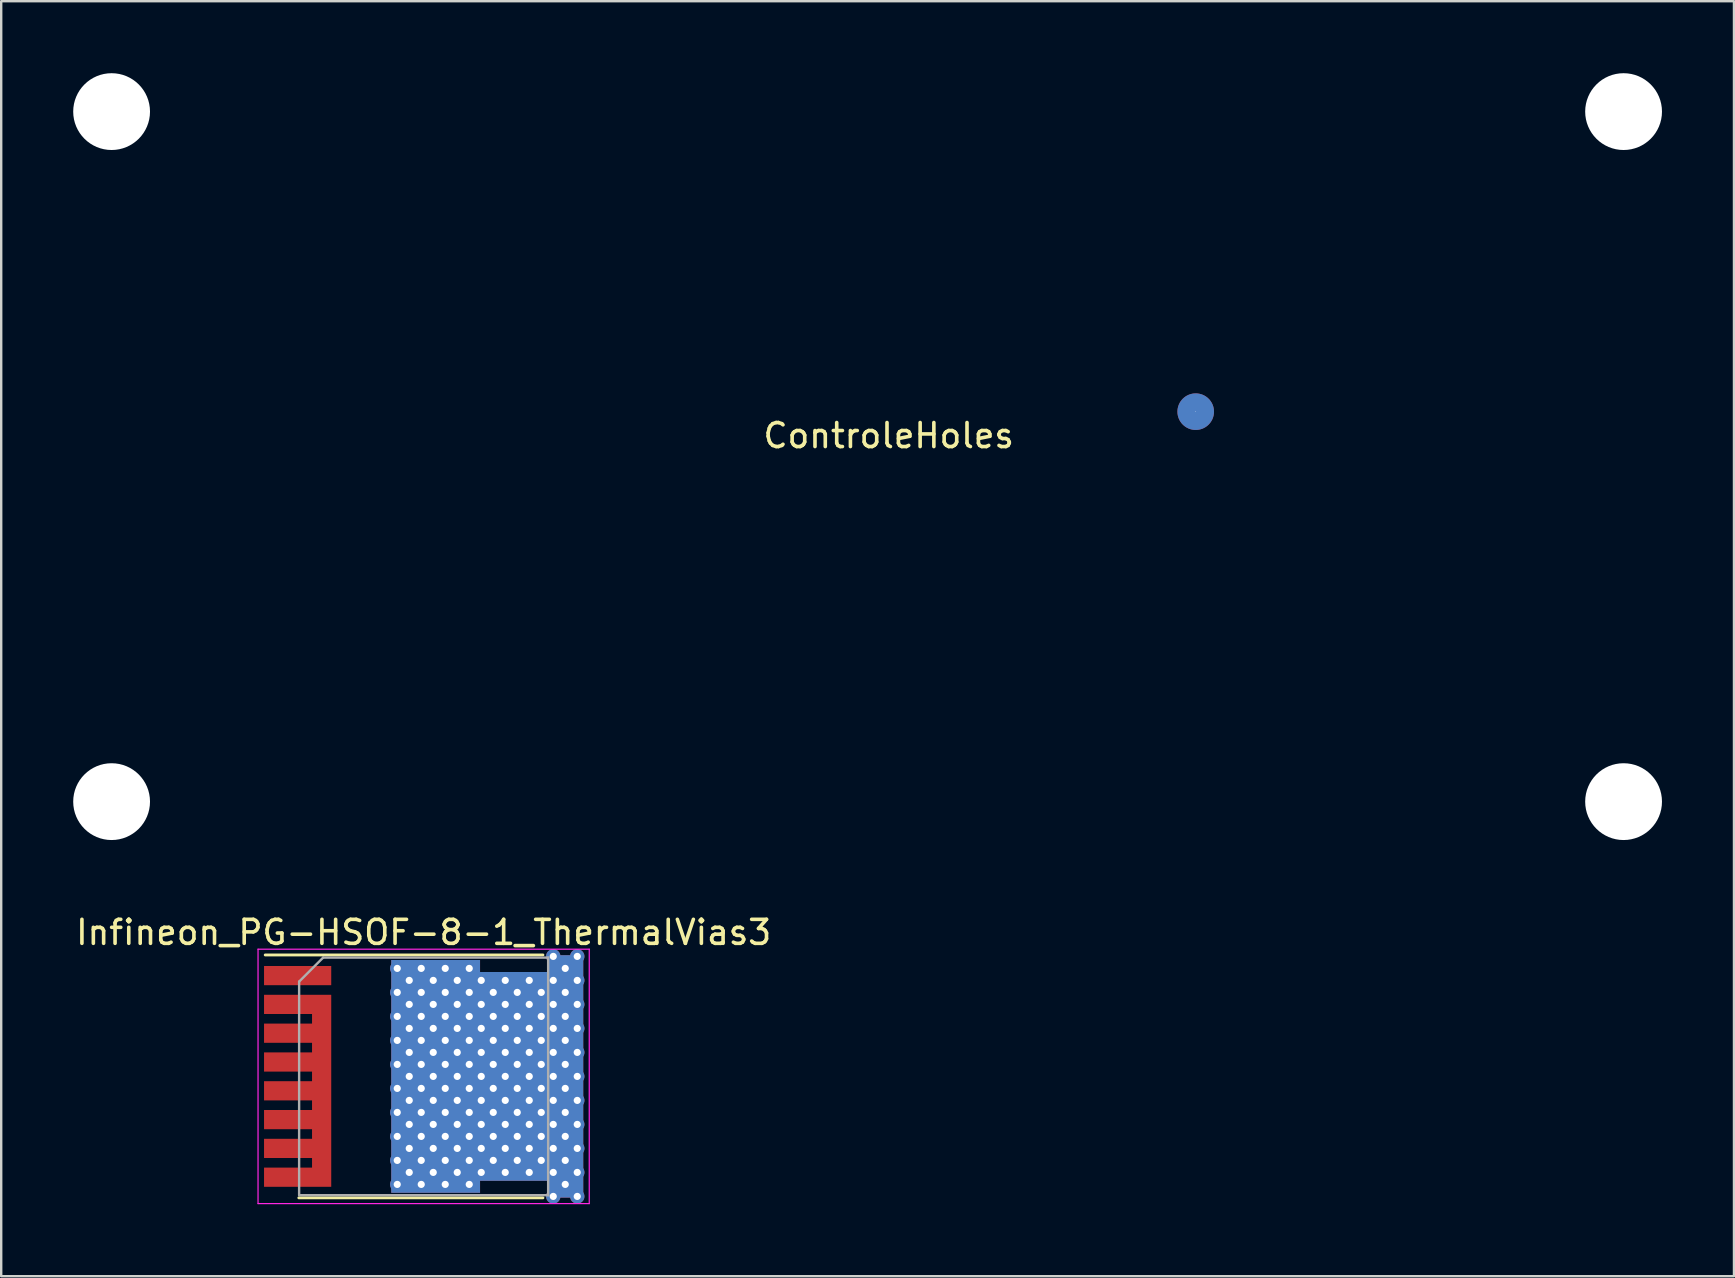
<source format=kicad_pcb>
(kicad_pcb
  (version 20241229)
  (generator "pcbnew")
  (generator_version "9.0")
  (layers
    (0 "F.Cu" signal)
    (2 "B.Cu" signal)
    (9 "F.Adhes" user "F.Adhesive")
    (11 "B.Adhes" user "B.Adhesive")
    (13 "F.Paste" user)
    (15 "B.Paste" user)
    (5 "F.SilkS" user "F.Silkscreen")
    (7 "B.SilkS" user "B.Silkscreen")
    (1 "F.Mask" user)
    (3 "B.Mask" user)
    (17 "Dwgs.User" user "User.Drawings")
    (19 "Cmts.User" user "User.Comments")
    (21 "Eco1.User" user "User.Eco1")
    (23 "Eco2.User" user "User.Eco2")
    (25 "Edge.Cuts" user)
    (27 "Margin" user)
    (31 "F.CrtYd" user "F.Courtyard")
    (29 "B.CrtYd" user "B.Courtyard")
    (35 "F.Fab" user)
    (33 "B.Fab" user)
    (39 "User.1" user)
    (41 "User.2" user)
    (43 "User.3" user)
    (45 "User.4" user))
  (footprint "ControleHoles"
    (layer "F.Cu")
    (at 33.978 14.6)
    (property "Reference" "ControleHoles" (at 0 0.5 0) (layer "F.SilkS") (effects (font (size 1 1) (thickness 0.15))))
    (attr through_hole)
    (pad "" np_thru_hole circle (at -32.378 -13) (size 3.2 3.2) (drill 3.2) (layers "*.Cu" "*.Mask"))
    (pad "" np_thru_hole circle (at -32.378 15.75) (size 3.2 3.2) (drill 3.2) (layers "*.Cu" "*.Mask"))
    (pad "" thru_hole circle (at 12.791 -0.498) (size 1.524 1.524) (drill 0.025) (layers "*.Cu" "*.Mask"))
    (pad "" np_thru_hole circle (at 30.618 -13) (size 3.2 3.2) (drill 3.2) (layers "*.Cu" "*.Mask"))
    (pad "" np_thru_hole circle (at 30.618 15.75) (size 3.2 3.2) (drill 3.2) (layers "*.Cu" "*.Mask")))
  (footprint "Infineon_PG-HSOF-8-1_ThermalVias3"
    (layer "F.Cu")
    (at 14.601 41.798)
    (property "Reference" "Infineon_PG-HSOF-8-1_ThermalVias3" (at 0 -6 0) (layer "F.SilkS") (effects (font (size 1 1) (thickness 0.15))))
    (attr smd)
    (fp_line (start -5.2 5.06) (end 4.97 5.06) (stroke (width 0.12) (type solid)) (layer "F.SilkS"))
    (fp_line (start 4.97 -5.06) (end -6.6 -5.06) (stroke (width 0.12) (type solid)) (layer "F.SilkS"))
    (fp_line (start -6.9 5.3) (end -6.9 -5.3) (stroke (width 0.05) (type solid)) (layer "F.CrtYd"))
    (fp_line (start -6.9 5.3) (end 6.9 5.3) (stroke (width 0.05) (type solid)) (layer "F.CrtYd"))
    (fp_line (start 6.9 -5.3) (end -6.9 -5.3) (stroke (width 0.05) (type solid)) (layer "F.CrtYd"))
    (fp_line (start 6.9 -5.3) (end 6.9 5.3) (stroke (width 0.05) (type solid)) (layer "F.CrtYd"))
    (fp_line (start -5.188 4.95) (end -5.188 -3.95) (stroke (width 0.1) (type solid)) (layer "F.Fab"))
    (fp_line (start -4.188 -4.95) (end -5.188 -3.95) (stroke (width 0.1) (type solid)) (layer "F.Fab"))
    (fp_line (start -4.188 -4.95) (end 5.188 -4.95) (stroke (width 0.1) (type solid)) (layer "F.Fab"))
    (fp_line (start 5.188 -4.95) (end 5.188 4.95) (stroke (width 0.1) (type solid)) (layer "F.Fab"))
    (fp_line (start 5.188 4.95) (end -5.188 4.95) (stroke (width 0.1) (type solid)) (layer "F.Fab"))
    (pad "" smd rect (at -5.4 -4.2) (size 2.35 0.7) (layers "F.Paste"))
    (pad "" smd rect (at -5.4 -3) (size 2.35 0.7) (layers "F.Paste"))
    (pad "" smd rect (at -5.4 -1.8) (size 2.35 0.7) (layers "F.Paste"))
    (pad "" smd rect (at -5.4 -0.6) (size 2.35 0.7) (layers "F.Paste"))
    (pad "" smd rect (at -5.4 0.6) (size 2.35 0.7) (layers "F.Paste"))
    (pad "" smd rect (at -5.4 1.8) (size 2.35 0.7) (layers "F.Paste"))
    (pad "" smd rect (at -5.4 3) (size 2.35 0.7) (layers "F.Paste"))
    (pad "" smd rect (at -5.4 4.2) (size 2.35 0.7) (layers "F.Paste"))
    (pad "1" smd rect (at -5.25 -4.2) (size 2.8 0.8) (layers "F.Cu" "F.Mask"))
    (pad "2" smd custom (at -4.25 0.6) (size 0.8 8) (layers "F.Cu" "F.Mask") (options (anchor rect)) (primitives (gr_poly (pts (xy -0.4 -4) (xy -2.4 -4) (xy -2.4 -3.2) (xy -0.4 -3.2)) (width 0) (fill yes)) (gr_poly (pts (xy -0.4 -2.8) (xy -2.4 -2.8) (xy -2.4 -2) (xy -0.4 -2)) (width 0) (fill yes)) (gr_poly (pts (xy -0.4 -1.6) (xy -2.4 -1.6) (xy -2.4 -0.8) (xy -0.4 -0.8)) (width 0) (fill yes)) (gr_poly (pts (xy -0.4 -0.4) (xy -2.4 -0.4) (xy -2.4 0.4) (xy -0.4 0.4)) (width 0) (fill yes)) (gr_poly (pts (xy -0.4 0.8) (xy -2.4 0.8) (xy -2.4 1.6) (xy -0.4 1.6)) (width 0) (fill yes)) (gr_poly (pts (xy -0.4 2) (xy -2.4 2) (xy -2.4 2.8) (xy -0.4 2.8)) (width 0) (fill yes)) (gr_poly (pts (xy -0.4 3.2) (xy -2.4 3.2) (xy -2.4 4) (xy -0.4 4)) (width 0) (fill yes))))
    (pad "3" thru_hole circle (at -1.1 -4.5) (size 0.6 0.6) (drill 0.3) (layers "*.Cu"))
    (pad "3" thru_hole circle (at -1.1 -3.5 270) (size 0.6 0.6) (drill 0.3) (layers "*.Cu"))
    (pad "3" thru_hole circle (at -1.1 -2.5 270) (size 0.6 0.6) (drill 0.3) (layers "*.Cu"))
    (pad "3" thru_hole circle (at -1.1 -1.5 270) (size 0.6 0.6) (drill 0.3) (layers "*.Cu"))
    (pad "3" thru_hole circle (at -1.1 -0.5 270) (size 0.6 0.6) (drill 0.3) (layers "*.Cu"))
    (pad "3" thru_hole circle (at -1.1 0.5 270) (size 0.6 0.6) (drill 0.3) (layers "*.Cu"))
    (pad "3" thru_hole circle (at -1.1 1.5 270) (size 0.6 0.6) (drill 0.3) (layers "*.Cu"))
    (pad "3" thru_hole circle (at -1.1 2.5 270) (size 0.6 0.6) (drill 0.3) (layers "*.Cu"))
    (pad "3" thru_hole circle (at -1.1 3.5 270) (size 0.6 0.6) (drill 0.3) (layers "*.Cu"))
    (pad "3" thru_hole circle (at -1.1 4.5 270) (size 0.6 0.6) (drill 0.3) (layers "*.Cu"))
    (pad "3" thru_hole circle (at -0.6 -4) (size 0.6 0.6) (drill 0.3) (layers "*.Cu"))
    (pad "3" thru_hole circle (at -0.6 -3) (size 0.6 0.6) (drill 0.3) (layers "*.Cu"))
    (pad "3" thru_hole circle (at -0.6 -2) (size 0.6 0.6) (drill 0.3) (layers "*.Cu"))
    (pad "3" thru_hole circle (at -0.6 -1) (size 0.6 0.6) (drill 0.3) (layers "*.Cu"))
    (pad "3" thru_hole circle (at -0.6 0) (size 0.6 0.6) (drill 0.3) (layers "*.Cu"))
    (pad "3" thru_hole circle (at -0.6 1) (size 0.6 0.6) (drill 0.3) (layers "*.Cu"))
    (pad "3" thru_hole circle (at -0.6 2) (size 0.6 0.6) (drill 0.3) (layers "*.Cu"))
    (pad "3" thru_hole circle (at -0.6 3) (size 0.6 0.6) (drill 0.3) (layers "*.Cu"))
    (pad "3" thru_hole circle (at -0.6 4) (size 0.6 0.6) (drill 0.3) (layers "*.Cu"))
    (pad "3" thru_hole circle (at -0.1 -4.5) (size 0.6 0.6) (drill 0.3) (layers "*.Cu"))
    (pad "3" thru_hole circle (at -0.1 -3.5 270) (size 0.6 0.6) (drill 0.3) (layers "*.Cu"))
    (pad "3" thru_hole circle (at -0.1 -2.5 270) (size 0.6 0.6) (drill 0.3) (layers "*.Cu"))
    (pad "3" thru_hole circle (at -0.1 -1.5 270) (size 0.6 0.6) (drill 0.3) (layers "*.Cu"))
    (pad "3" thru_hole circle (at -0.1 -0.5 270) (size 0.6 0.6) (drill 0.3) (layers "*.Cu"))
    (pad "3" thru_hole circle (at -0.1 0.5 270) (size 0.6 0.6) (drill 0.3) (layers "*.Cu"))
    (pad "3" thru_hole circle (at -0.1 1.5 270) (size 0.6 0.6) (drill 0.3) (layers "*.Cu"))
    (pad "3" thru_hole circle (at -0.1 2.5 270) (size 0.6 0.6) (drill 0.3) (layers "*.Cu"))
    (pad "3" thru_hole circle (at -0.1 3.5 270) (size 0.6 0.6) (drill 0.3) (layers "*.Cu"))
    (pad "3" thru_hole circle (at -0.1 4.5 270) (size 0.6 0.6) (drill 0.3) (layers "*.Cu"))
    (pad "3" thru_hole circle (at 0.4 -4) (size 0.6 0.6) (drill 0.3) (layers "*.Cu"))
    (pad "3" thru_hole circle (at 0.4 -3) (size 0.6 0.6) (drill 0.3) (layers "*.Cu"))
    (pad "3" thru_hole circle (at 0.4 -2) (size 0.6 0.6) (drill 0.3) (layers "*.Cu"))
    (pad "3" thru_hole circle (at 0.4 -1) (size 0.6 0.6) (drill 0.3) (layers "*.Cu"))
    (pad "3" thru_hole circle (at 0.4 0) (size 0.6 0.6) (drill 0.3) (layers "*.Cu"))
    (pad "3" thru_hole circle (at 0.4 1) (size 0.6 0.6) (drill 0.3) (layers "*.Cu"))
    (pad "3" thru_hole circle (at 0.4 2) (size 0.6 0.6) (drill 0.3) (layers "*.Cu"))
    (pad "3" thru_hole circle (at 0.4 3) (size 0.6 0.6) (drill 0.3) (layers "*.Cu"))
    (pad "3" thru_hole circle (at 0.4 4) (size 0.6 0.6) (drill 0.3) (layers "*.Cu"))
    (pad "3" thru_hole circle (at 0.9 -4.5) (size 0.6 0.6) (drill 0.3) (layers "*.Cu"))
    (pad "3" thru_hole circle (at 0.9 -3.5) (size 0.6 0.6) (drill 0.3) (layers "*.Cu"))
    (pad "3" thru_hole circle (at 0.9 -2.5) (size 0.6 0.6) (drill 0.3) (layers "*.Cu"))
    (pad "3" thru_hole circle (at 0.9 -1.5) (size 0.6 0.6) (drill 0.3) (layers "*.Cu"))
    (pad "3" thru_hole circle (at 0.9 -0.5) (size 0.6 0.6) (drill 0.3) (layers "*.Cu"))
    (pad "3" thru_hole circle (at 0.9 0.5) (size 0.6 0.6) (drill 0.3) (layers "*.Cu"))
    (pad "3" thru_hole circle (at 0.9 1.5) (size 0.6 0.6) (drill 0.3) (layers "*.Cu"))
    (pad "3" thru_hole circle (at 0.9 2.5) (size 0.6 0.6) (drill 0.3) (layers "*.Cu"))
    (pad "3" thru_hole circle (at 0.9 3.5) (size 0.6 0.6) (drill 0.3) (layers "*.Cu"))
    (pad "3" thru_hole circle (at 0.9 4.5) (size 0.6 0.6) (drill 0.3) (layers "*.Cu"))
    (pad "3" thru_hole circle (at 1.4 -4) (size 0.6 0.6) (drill 0.3) (layers "*.Cu"))
    (pad "3" thru_hole circle (at 1.4 -3) (size 0.6 0.6) (drill 0.3) (layers "*.Cu"))
    (pad "3" thru_hole circle (at 1.4 -2) (size 0.6 0.6) (drill 0.3) (layers "*.Cu"))
    (pad "3" thru_hole circle (at 1.4 -1) (size 0.6 0.6) (drill 0.3) (layers "*.Cu"))
    (pad "3" thru_hole circle (at 1.4 0) (size 0.6 0.6) (drill 0.3) (layers "*.Cu"))
    (pad "3" thru_hole circle (at 1.4 1) (size 0.6 0.6) (drill 0.3) (layers "*.Cu"))
    (pad "3" thru_hole circle (at 1.4 2) (size 0.6 0.6) (drill 0.3) (layers "*.Cu"))
    (pad "3" thru_hole circle (at 1.4 3) (size 0.6 0.6) (drill 0.3) (layers "*.Cu"))
    (pad "3" thru_hole circle (at 1.4 4) (size 0.6 0.6) (drill 0.3) (layers "*.Cu"))
    (pad "3" thru_hole circle (at 1.9 -4.5) (size 0.6 0.6) (drill 0.3) (layers "*.Cu"))
    (pad "3" thru_hole circle (at 1.9 -3.5) (size 0.6 0.6) (drill 0.3) (layers "*.Cu"))
    (pad "3" thru_hole circle (at 1.9 -2.5) (size 0.6 0.6) (drill 0.3) (layers "*.Cu"))
    (pad "3" thru_hole circle (at 1.9 -1.5) (size 0.6 0.6) (drill 0.3) (layers "*.Cu"))
    (pad "3" thru_hole circle (at 1.9 -0.5) (size 0.6 0.6) (drill 0.3) (layers "*.Cu"))
    (pad "3" thru_hole circle (at 1.9 0.5) (size 0.6 0.6) (drill 0.3) (layers "*.Cu"))
    (pad "3" thru_hole circle (at 1.9 1.5) (size 0.6 0.6) (drill 0.3) (layers "*.Cu"))
    (pad "3" thru_hole circle (at 1.9 2.5) (size 0.6 0.6) (drill 0.3) (layers "*.Cu"))
    (pad "3" thru_hole circle (at 1.9 3.5) (size 0.6 0.6) (drill 0.3) (layers "*.Cu"))
    (pad "3" thru_hole circle (at 1.9 4.5) (size 0.6 0.6) (drill 0.3) (layers "*.Cu"))
    (pad "3" thru_hole circle (at 2.4 -4) (size 0.6 0.6) (drill 0.3) (layers "*.Cu"))
    (pad "3" thru_hole circle (at 2.4 -3) (size 0.6 0.6) (drill 0.3) (layers "*.Cu"))
    (pad "3" thru_hole circle (at 2.4 -2) (size 0.6 0.6) (drill 0.3) (layers "*.Cu"))
    (pad "3" thru_hole circle (at 2.4 -1) (size 0.6 0.6) (drill 0.3) (layers "*.Cu"))
    (pad "3" thru_hole circle (at 2.4 0) (size 0.6 0.6) (drill 0.3) (layers "*.Cu"))
    (pad "3" thru_hole circle (at 2.4 1) (size 0.6 0.6) (drill 0.3) (layers "*.Cu"))
    (pad "3" thru_hole circle (at 2.4 2) (size 0.6 0.6) (drill 0.3) (layers "*.Cu"))
    (pad "3" thru_hole circle (at 2.4 3) (size 0.6 0.6) (drill 0.3) (layers "*.Cu"))
    (pad "3" thru_hole circle (at 2.4 4) (size 0.6 0.6) (drill 0.3) (layers "*.Cu"))
    (pad "3" thru_hole circle (at 2.9 -3.5 270) (size 0.6 0.6) (drill 0.3) (layers "*.Cu"))
    (pad "3" thru_hole circle (at 2.9 -2.5 270) (size 0.6 0.6) (drill 0.3) (layers "*.Cu"))
    (pad "3" thru_hole circle (at 2.9 -1.5 270) (size 0.6 0.6) (drill 0.3) (layers "*.Cu"))
    (pad "3" thru_hole circle (at 2.9 -0.5 270) (size 0.6 0.6) (drill 0.3) (layers "*.Cu"))
    (pad "3" thru_hole circle (at 2.9 0.5 270) (size 0.6 0.6) (drill 0.3) (layers "*.Cu"))
    (pad "3" thru_hole circle (at 2.9 1.5 270) (size 0.6 0.6) (drill 0.3) (layers "*.Cu"))
    (pad "3" thru_hole circle (at 2.9 2.5 270) (size 0.6 0.6) (drill 0.3) (layers "*.Cu"))
    (pad "3" thru_hole circle (at 2.9 3.5 270) (size 0.6 0.6) (drill 0.3) (layers "*.Cu"))
    (pad "3" thru_hole circle (at 3.4 -4) (size 0.6 0.6) (drill 0.3) (layers "*.Cu"))
    (pad "3" thru_hole circle (at 3.4 -3) (size 0.6 0.6) (drill 0.3) (layers "*.Cu"))
    (pad "3" thru_hole circle (at 3.4 -2) (size 0.6 0.6) (drill 0.3) (layers "*.Cu"))
    (pad "3" thru_hole circle (at 3.4 -1) (size 0.6 0.6) (drill 0.3) (layers "*.Cu"))
    (pad "3" thru_hole circle (at 3.4 0) (size 0.6 0.6) (drill 0.3) (layers "*.Cu"))
    (pad "3" thru_hole circle (at 3.4 1) (size 0.6 0.6) (drill 0.3) (layers "*.Cu"))
    (pad "3" thru_hole circle (at 3.4 2) (size 0.6 0.6) (drill 0.3) (layers "*.Cu"))
    (pad "3" thru_hole circle (at 3.4 3) (size 0.6 0.6) (drill 0.3) (layers "*.Cu"))
    (pad "3" thru_hole circle (at 3.4 4) (size 0.6 0.6) (drill 0.3) (layers "*.Cu"))
    (pad "3" smd custom (at 3.75 0) (size 2.8 8.7) (layers "*.Mask" "F.Cu" "F.Paste") (options (anchor rect)) (primitives (gr_poly (pts (xy 1.4 -5.05) (xy 2.9 -5.05) (xy 2.9 5.05) (xy 1.4 5.05)) (width 0) (fill yes)) (gr_poly (pts (xy -1.4 -4.85) (xy -5.1 -4.85) (xy -5.1 4.85) (xy -1.4 4.85)) (width 0) (fill yes))))
    (pad "3" smd custom (at 3.75 0) (size 2.8 8.7) (layers "B.Cu") (options (anchor rect)) (primitives (gr_poly (pts (xy 1.4 -5.05) (xy 2.9 -5.05) (xy 2.9 5.05) (xy 1.4 5.05)) (width 0) (fill yes)) (gr_poly (pts (xy -1.4 -4.85) (xy -5.1 -4.85) (xy -5.1 4.85) (xy -1.4 4.85)) (width 0) (fill yes))))
    (pad "3" thru_hole circle (at 3.9 -3.5) (size 0.6 0.6) (drill 0.3) (layers "*.Cu"))
    (pad "3" thru_hole circle (at 3.9 -2.5) (size 0.6 0.6) (drill 0.3) (layers "*.Cu"))
    (pad "3" thru_hole circle (at 3.9 -1.5) (size 0.6 0.6) (drill 0.3) (layers "*.Cu"))
    (pad "3" thru_hole circle (at 3.9 -0.5) (size 0.6 0.6) (drill 0.3) (layers "*.Cu"))
    (pad "3" thru_hole circle (at 3.9 0.5) (size 0.6 0.6) (drill 0.3) (layers "*.Cu"))
    (pad "3" thru_hole circle (at 3.9 1.5) (size 0.6 0.6) (drill 0.3) (layers "*.Cu"))
    (pad "3" thru_hole circle (at 3.9 2.5) (size 0.6 0.6) (drill 0.3) (layers "*.Cu"))
    (pad "3" thru_hole circle (at 3.9 3.5) (size 0.6 0.6) (drill 0.3) (layers "*.Cu"))
    (pad "3" thru_hole circle (at 4.4 -4) (size 0.6 0.6) (drill 0.3) (layers "*.Cu"))
    (pad "3" thru_hole circle (at 4.4 -3) (size 0.6 0.6) (drill 0.3) (layers "*.Cu"))
    (pad "3" thru_hole circle (at 4.4 -2) (size 0.6 0.6) (drill 0.3) (layers "*.Cu"))
    (pad "3" thru_hole circle (at 4.4 -1) (size 0.6 0.6) (drill 0.3) (layers "*.Cu"))
    (pad "3" thru_hole circle (at 4.4 0) (size 0.6 0.6) (drill 0.3) (layers "*.Cu"))
    (pad "3" thru_hole circle (at 4.4 1) (size 0.6 0.6) (drill 0.3) (layers "*.Cu"))
    (pad "3" thru_hole circle (at 4.4 2) (size 0.6 0.6) (drill 0.3) (layers "*.Cu"))
    (pad "3" thru_hole circle (at 4.4 3) (size 0.6 0.6) (drill 0.3) (layers "*.Cu"))
    (pad "3" thru_hole circle (at 4.4 4) (size 0.6 0.6) (drill 0.3) (layers "*.Cu"))
    (pad "3" thru_hole circle (at 4.9 -3.5) (size 0.6 0.6) (drill 0.3) (layers "*.Cu"))
    (pad "3" thru_hole circle (at 4.9 -2.5) (size 0.6 0.6) (drill 0.3) (layers "*.Cu"))
    (pad "3" thru_hole circle (at 4.9 -1.5) (size 0.6 0.6) (drill 0.3) (layers "*.Cu"))
    (pad "3" thru_hole circle (at 4.9 -0.5) (size 0.6 0.6) (drill 0.3) (layers "*.Cu"))
    (pad "3" thru_hole circle (at 4.9 0.5) (size 0.6 0.6) (drill 0.3) (layers "*.Cu"))
    (pad "3" thru_hole circle (at 4.9 1.5) (size 0.6 0.6) (drill 0.3) (layers "*.Cu"))
    (pad "3" thru_hole circle (at 4.9 2.5) (size 0.6 0.6) (drill 0.3) (layers "*.Cu"))
    (pad "3" thru_hole circle (at 4.9 3.5) (size 0.6 0.6) (drill 0.3) (layers "*.Cu"))
    (pad "3" thru_hole circle (at 5.4 -5) (size 0.6 0.6) (drill 0.3) (layers "*.Cu"))
    (pad "3" thru_hole circle (at 5.4 -4) (size 0.6 0.6) (drill 0.3) (layers "*.Cu"))
    (pad "3" thru_hole circle (at 5.4 -3) (size 0.6 0.6) (drill 0.3) (layers "*.Cu"))
    (pad "3" thru_hole circle (at 5.4 -2) (size 0.6 0.6) (drill 0.3) (layers "*.Cu"))
    (pad "3" thru_hole circle (at 5.4 -1) (size 0.6 0.6) (drill 0.3) (layers "*.Cu"))
    (pad "3" thru_hole circle (at 5.4 0) (size 0.6 0.6) (drill 0.3) (layers "*.Cu"))
    (pad "3" thru_hole circle (at 5.4 1) (size 0.6 0.6) (drill 0.3) (layers "*.Cu"))
    (pad "3" thru_hole circle (at 5.4 2) (size 0.6 0.6) (drill 0.3) (layers "*.Cu"))
    (pad "3" thru_hole circle (at 5.4 3) (size 0.6 0.6) (drill 0.3) (layers "*.Cu"))
    (pad "3" thru_hole circle (at 5.4 4) (size 0.6 0.6) (drill 0.3) (layers "*.Cu"))
    (pad "3" thru_hole circle (at 5.4 5 90) (size 0.6 0.6) (drill 0.3) (layers "*.Cu"))
    (pad "3" thru_hole circle (at 5.9 -4.5) (size 0.6 0.6) (drill 0.3) (layers "*.Cu"))
    (pad "3" thru_hole circle (at 5.9 -3.5 270) (size 0.6 0.6) (drill 0.3) (layers "*.Cu"))
    (pad "3" thru_hole circle (at 5.9 -2.5 270) (size 0.6 0.6) (drill 0.3) (layers "*.Cu"))
    (pad "3" thru_hole circle (at 5.9 -1.5 270) (size 0.6 0.6) (drill 0.3) (layers "*.Cu"))
    (pad "3" thru_hole circle (at 5.9 -0.5 270) (size 0.6 0.6) (drill 0.3) (layers "*.Cu"))
    (pad "3" thru_hole circle (at 5.9 0.5 270) (size 0.6 0.6) (drill 0.3) (layers "*.Cu"))
    (pad "3" thru_hole circle (at 5.9 1.5 270) (size 0.6 0.6) (drill 0.3) (layers "*.Cu"))
    (pad "3" thru_hole circle (at 5.9 2.5 270) (size 0.6 0.6) (drill 0.3) (layers "*.Cu"))
    (pad "3" thru_hole circle (at 5.9 3.5 270) (size 0.6 0.6) (drill 0.3) (layers "*.Cu"))
    (pad "3" thru_hole circle (at 5.9 4.5 270) (size 0.6 0.6) (drill 0.3) (layers "*.Cu"))
    (pad "3" thru_hole circle (at 6.4 -5 270) (size 0.6 0.6) (drill 0.3) (layers "*.Cu"))
    (pad "3" thru_hole circle (at 6.4 -4) (size 0.6 0.6) (drill 0.3) (layers "*.Cu"))
    (pad "3" thru_hole circle (at 6.4 -3) (size 0.6 0.6) (drill 0.3) (layers "*.Cu"))
    (pad "3" thru_hole circle (at 6.4 -2) (size 0.6 0.6) (drill 0.3) (layers "*.Cu"))
    (pad "3" thru_hole circle (at 6.4 -1) (size 0.6 0.6) (drill 0.3) (layers "*.Cu"))
    (pad "3" thru_hole circle (at 6.4 0) (size 0.6 0.6) (drill 0.3) (layers "*.Cu"))
    (pad "3" thru_hole circle (at 6.4 1) (size 0.6 0.6) (drill 0.3) (layers "*.Cu"))
    (pad "3" thru_hole circle (at 6.4 2) (size 0.6 0.6) (drill 0.3) (layers "*.Cu"))
    (pad "3" thru_hole circle (at 6.4 3) (size 0.6 0.6) (drill 0.3) (layers "*.Cu"))
    (pad "3" thru_hole circle (at 6.4 4) (size 0.6 0.6) (drill 0.3) (layers "*.Cu"))
    (pad "3" thru_hole circle (at 6.4 5 180) (size 0.6 0.6) (drill 0.3) (layers "*.Cu")))
  (gr_rect
    (start -3 -3)
    (end 69.196 50.123)
    (stroke (width 0.1) (type default))
    (fill no)
    (layer "Edge.Cuts")))
</source>
